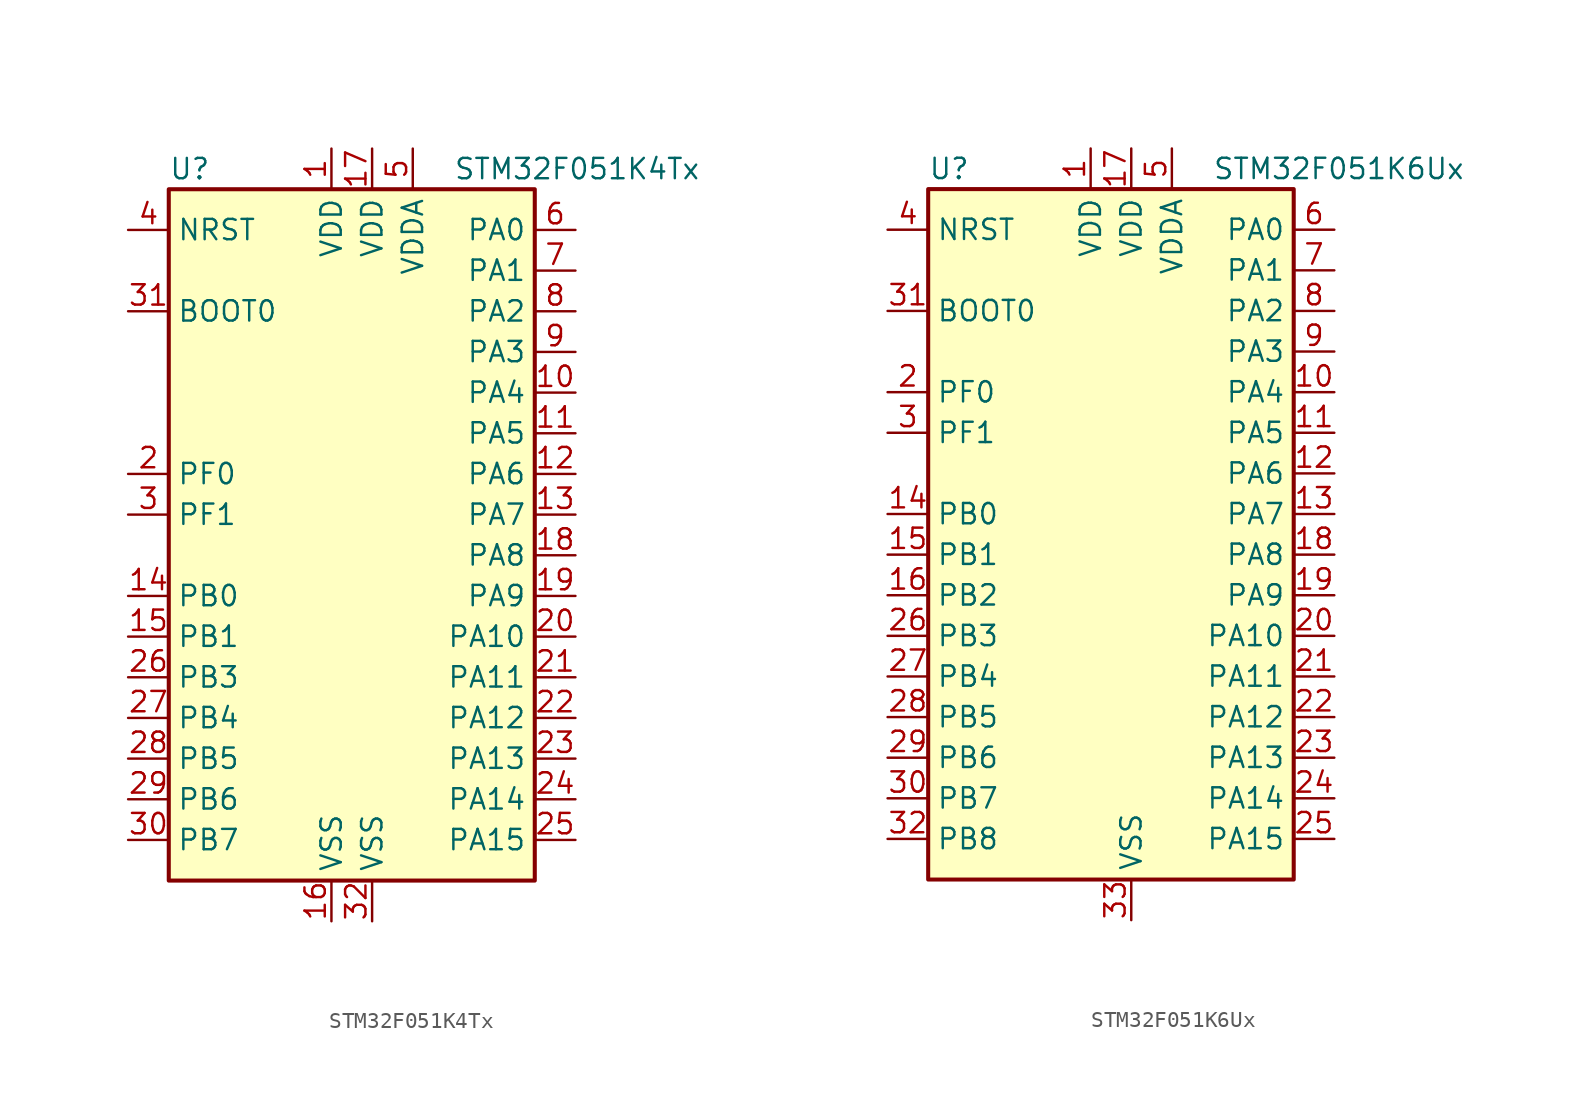
<source format=kicad_sym>
(kicad_symbol_lib
  (version 20201005)
  (generator kicad_symbol_editor)
  (symbol "STM32F051K4Tx"
    (property "Reference" "U"
      (at -12.7 21.59 0)
      (effects (font (size 1.27 1.27)) (justify left)))
    (property "Value" "STM32F051K4Tx"
      (at 5.08 21.59 0)
      (effects (font (size 1.27 1.27)) (justify left)))
    (symbol "STM32F051K4Tx_0_1"
      (rectangle (start -12.7 -22.86) (end 10.16 20.32) (stroke (width 0.254)) (fill (type background))))
    (symbol "STM32F051K4Tx_1_1"
      (pin power_in line (at -2.54 22.86 270) (length 2.54) (name "VDD" (effects (font (size 1.27 1.27)))) (number "1" (effects (font (size 1.27 1.27)))))
      (pin bidirectional line (at 12.7 7.62 180) (length 2.54) (name "PA4" (effects (font (size 1.27 1.27)))) (number "10" (effects (font (size 1.27 1.27)))))
      (pin bidirectional line (at 12.7 5.08 180) (length 2.54) (name "PA5" (effects (font (size 1.27 1.27)))) (number "11" (effects (font (size 1.27 1.27)))))
      (pin bidirectional line (at 12.7 2.54 180) (length 2.54) (name "PA6" (effects (font (size 1.27 1.27)))) (number "12" (effects (font (size 1.27 1.27)))))
      (pin bidirectional line (at 12.7 0 180) (length 2.54) (name "PA7" (effects (font (size 1.27 1.27)))) (number "13" (effects (font (size 1.27 1.27)))))
      (pin bidirectional line (at -15.24 -5.08 0) (length 2.54) (name "PB0" (effects (font (size 1.27 1.27)))) (number "14" (effects (font (size 1.27 1.27)))))
      (pin bidirectional line (at -15.24 -7.62 0) (length 2.54) (name "PB1" (effects (font (size 1.27 1.27)))) (number "15" (effects (font (size 1.27 1.27)))))
      (pin power_in line (at -2.54 -25.4 90) (length 2.54) (name "VSS" (effects (font (size 1.27 1.27)))) (number "16" (effects (font (size 1.27 1.27)))))
      (pin power_in line (at 0 22.86 270) (length 2.54) (name "VDD" (effects (font (size 1.27 1.27)))) (number "17" (effects (font (size 1.27 1.27)))))
      (pin bidirectional line (at 12.7 -2.54 180) (length 2.54) (name "PA8" (effects (font (size 1.27 1.27)))) (number "18" (effects (font (size 1.27 1.27)))))
      (pin bidirectional line (at 12.7 -5.08 180) (length 2.54) (name "PA9" (effects (font (size 1.27 1.27)))) (number "19" (effects (font (size 1.27 1.27)))))
      (pin input line (at -15.24 2.54 0) (length 2.54) (name "PF0" (effects (font (size 1.27 1.27)))) (number "2" (effects (font (size 1.27 1.27)))))
      (pin bidirectional line (at 12.7 -7.62 180) (length 2.54) (name "PA10" (effects (font (size 1.27 1.27)))) (number "20" (effects (font (size 1.27 1.27)))))
      (pin bidirectional line (at 12.7 -10.16 180) (length 2.54) (name "PA11" (effects (font (size 1.27 1.27)))) (number "21" (effects (font (size 1.27 1.27)))))
      (pin bidirectional line (at 12.7 -12.7 180) (length 2.54) (name "PA12" (effects (font (size 1.27 1.27)))) (number "22" (effects (font (size 1.27 1.27)))))
      (pin bidirectional line (at 12.7 -15.24 180) (length 2.54) (name "PA13" (effects (font (size 1.27 1.27)))) (number "23" (effects (font (size 1.27 1.27)))))
      (pin bidirectional line (at 12.7 -17.78 180) (length 2.54) (name "PA14" (effects (font (size 1.27 1.27)))) (number "24" (effects (font (size 1.27 1.27)))))
      (pin bidirectional line (at 12.7 -20.32 180) (length 2.54) (name "PA15" (effects (font (size 1.27 1.27)))) (number "25" (effects (font (size 1.27 1.27)))))
      (pin bidirectional line (at -15.24 -10.16 0) (length 2.54) (name "PB3" (effects (font (size 1.27 1.27)))) (number "26" (effects (font (size 1.27 1.27)))))
      (pin bidirectional line (at -15.24 -12.7 0) (length 2.54) (name "PB4" (effects (font (size 1.27 1.27)))) (number "27" (effects (font (size 1.27 1.27)))))
      (pin bidirectional line (at -15.24 -15.24 0) (length 2.54) (name "PB5" (effects (font (size 1.27 1.27)))) (number "28" (effects (font (size 1.27 1.27)))))
      (pin bidirectional line (at -15.24 -17.78 0) (length 2.54) (name "PB6" (effects (font (size 1.27 1.27)))) (number "29" (effects (font (size 1.27 1.27)))))
      (pin input line (at -15.24 0 0) (length 2.54) (name "PF1" (effects (font (size 1.27 1.27)))) (number "3" (effects (font (size 1.27 1.27)))))
      (pin bidirectional line (at -15.24 -20.32 0) (length 2.54) (name "PB7" (effects (font (size 1.27 1.27)))) (number "30" (effects (font (size 1.27 1.27)))))
      (pin input line (at -15.24 12.7 0) (length 2.54) (name "BOOT0" (effects (font (size 1.27 1.27)))) (number "31" (effects (font (size 1.27 1.27)))))
      (pin power_in line (at 0 -25.4 90) (length 2.54) (name "VSS" (effects (font (size 1.27 1.27)))) (number "32" (effects (font (size 1.27 1.27)))))
      (pin input line (at -15.24 17.78 0) (length 2.54) (name "NRST" (effects (font (size 1.27 1.27)))) (number "4" (effects (font (size 1.27 1.27)))))
      (pin power_in line (at 2.54 22.86 270) (length 2.54) (name "VDDA" (effects (font (size 1.27 1.27)))) (number "5" (effects (font (size 1.27 1.27)))))
      (pin bidirectional line (at 12.7 17.78 180) (length 2.54) (name "PA0" (effects (font (size 1.27 1.27)))) (number "6" (effects (font (size 1.27 1.27)))))
      (pin bidirectional line (at 12.7 15.24 180) (length 2.54) (name "PA1" (effects (font (size 1.27 1.27)))) (number "7" (effects (font (size 1.27 1.27)))))
      (pin bidirectional line (at 12.7 12.7 180) (length 2.54) (name "PA2" (effects (font (size 1.27 1.27)))) (number "8" (effects (font (size 1.27 1.27)))))
      (pin bidirectional line (at 12.7 10.16 180) (length 2.54) (name "PA3" (effects (font (size 1.27 1.27)))) (number "9" (effects (font (size 1.27 1.27)))))))
  (symbol "STM32F051K6Ux"
    (property "Reference" "U"
      (at -12.7 21.59 0)
      (effects (font (size 1.27 1.27)) (justify left)))
    (property "Value" "STM32F051K6Ux"
      (at 5.08 21.59 0)
      (effects (font (size 1.27 1.27)) (justify left)))
    (symbol "STM32F051K6Ux_0_1"
      (rectangle (start -12.7 -22.86) (end 10.16 20.32) (stroke (width 0.254)) (fill (type background))))
    (symbol "STM32F051K6Ux_1_1"
      (pin power_in line (at -2.54 22.86 270) (length 2.54) (name "VDD" (effects (font (size 1.27 1.27)))) (number "1" (effects (font (size 1.27 1.27)))))
      (pin bidirectional line (at 12.7 7.62 180) (length 2.54) (name "PA4" (effects (font (size 1.27 1.27)))) (number "10" (effects (font (size 1.27 1.27)))))
      (pin bidirectional line (at 12.7 5.08 180) (length 2.54) (name "PA5" (effects (font (size 1.27 1.27)))) (number "11" (effects (font (size 1.27 1.27)))))
      (pin bidirectional line (at 12.7 2.54 180) (length 2.54) (name "PA6" (effects (font (size 1.27 1.27)))) (number "12" (effects (font (size 1.27 1.27)))))
      (pin bidirectional line (at 12.7 0 180) (length 2.54) (name "PA7" (effects (font (size 1.27 1.27)))) (number "13" (effects (font (size 1.27 1.27)))))
      (pin bidirectional line (at -15.24 0 0) (length 2.54) (name "PB0" (effects (font (size 1.27 1.27)))) (number "14" (effects (font (size 1.27 1.27)))))
      (pin bidirectional line (at -15.24 -2.54 0) (length 2.54) (name "PB1" (effects (font (size 1.27 1.27)))) (number "15" (effects (font (size 1.27 1.27)))))
      (pin bidirectional line (at -15.24 -5.08 0) (length 2.54) (name "PB2" (effects (font (size 1.27 1.27)))) (number "16" (effects (font (size 1.27 1.27)))))
      (pin power_in line (at 0 22.86 270) (length 2.54) (name "VDD" (effects (font (size 1.27 1.27)))) (number "17" (effects (font (size 1.27 1.27)))))
      (pin bidirectional line (at 12.7 -2.54 180) (length 2.54) (name "PA8" (effects (font (size 1.27 1.27)))) (number "18" (effects (font (size 1.27 1.27)))))
      (pin bidirectional line (at 12.7 -5.08 180) (length 2.54) (name "PA9" (effects (font (size 1.27 1.27)))) (number "19" (effects (font (size 1.27 1.27)))))
      (pin input line (at -15.24 7.62 0) (length 2.54) (name "PF0" (effects (font (size 1.27 1.27)))) (number "2" (effects (font (size 1.27 1.27)))))
      (pin bidirectional line (at 12.7 -7.62 180) (length 2.54) (name "PA10" (effects (font (size 1.27 1.27)))) (number "20" (effects (font (size 1.27 1.27)))))
      (pin bidirectional line (at 12.7 -10.16 180) (length 2.54) (name "PA11" (effects (font (size 1.27 1.27)))) (number "21" (effects (font (size 1.27 1.27)))))
      (pin bidirectional line (at 12.7 -12.7 180) (length 2.54) (name "PA12" (effects (font (size 1.27 1.27)))) (number "22" (effects (font (size 1.27 1.27)))))
      (pin bidirectional line (at 12.7 -15.24 180) (length 2.54) (name "PA13" (effects (font (size 1.27 1.27)))) (number "23" (effects (font (size 1.27 1.27)))))
      (pin bidirectional line (at 12.7 -17.78 180) (length 2.54) (name "PA14" (effects (font (size 1.27 1.27)))) (number "24" (effects (font (size 1.27 1.27)))))
      (pin bidirectional line (at 12.7 -20.32 180) (length 2.54) (name "PA15" (effects (font (size 1.27 1.27)))) (number "25" (effects (font (size 1.27 1.27)))))
      (pin bidirectional line (at -15.24 -7.62 0) (length 2.54) (name "PB3" (effects (font (size 1.27 1.27)))) (number "26" (effects (font (size 1.27 1.27)))))
      (pin bidirectional line (at -15.24 -10.16 0) (length 2.54) (name "PB4" (effects (font (size 1.27 1.27)))) (number "27" (effects (font (size 1.27 1.27)))))
      (pin bidirectional line (at -15.24 -12.7 0) (length 2.54) (name "PB5" (effects (font (size 1.27 1.27)))) (number "28" (effects (font (size 1.27 1.27)))))
      (pin bidirectional line (at -15.24 -15.24 0) (length 2.54) (name "PB6" (effects (font (size 1.27 1.27)))) (number "29" (effects (font (size 1.27 1.27)))))
      (pin input line (at -15.24 5.08 0) (length 2.54) (name "PF1" (effects (font (size 1.27 1.27)))) (number "3" (effects (font (size 1.27 1.27)))))
      (pin bidirectional line (at -15.24 -17.78 0) (length 2.54) (name "PB7" (effects (font (size 1.27 1.27)))) (number "30" (effects (font (size 1.27 1.27)))))
      (pin input line (at -15.24 12.7 0) (length 2.54) (name "BOOT0" (effects (font (size 1.27 1.27)))) (number "31" (effects (font (size 1.27 1.27)))))
      (pin bidirectional line (at -15.24 -20.32 0) (length 2.54) (name "PB8" (effects (font (size 1.27 1.27)))) (number "32" (effects (font (size 1.27 1.27)))))
      (pin power_in line (at 0 -25.4 90) (length 2.54) (name "VSS" (effects (font (size 1.27 1.27)))) (number "33" (effects (font (size 1.27 1.27)))))
      (pin input line (at -15.24 17.78 0) (length 2.54) (name "NRST" (effects (font (size 1.27 1.27)))) (number "4" (effects (font (size 1.27 1.27)))))
      (pin power_in line (at 2.54 22.86 270) (length 2.54) (name "VDDA" (effects (font (size 1.27 1.27)))) (number "5" (effects (font (size 1.27 1.27)))))
      (pin bidirectional line (at 12.7 17.78 180) (length 2.54) (name "PA0" (effects (font (size 1.27 1.27)))) (number "6" (effects (font (size 1.27 1.27)))))
      (pin bidirectional line (at 12.7 15.24 180) (length 2.54) (name "PA1" (effects (font (size 1.27 1.27)))) (number "7" (effects (font (size 1.27 1.27)))))
      (pin bidirectional line (at 12.7 12.7 180) (length 2.54) (name "PA2" (effects (font (size 1.27 1.27)))) (number "8" (effects (font (size 1.27 1.27)))))
      (pin bidirectional line (at 12.7 10.16 180) (length 2.54) (name "PA3" (effects (font (size 1.27 1.27)))) (number "9" (effects (font (size 1.27 1.27))))))))
</source>
